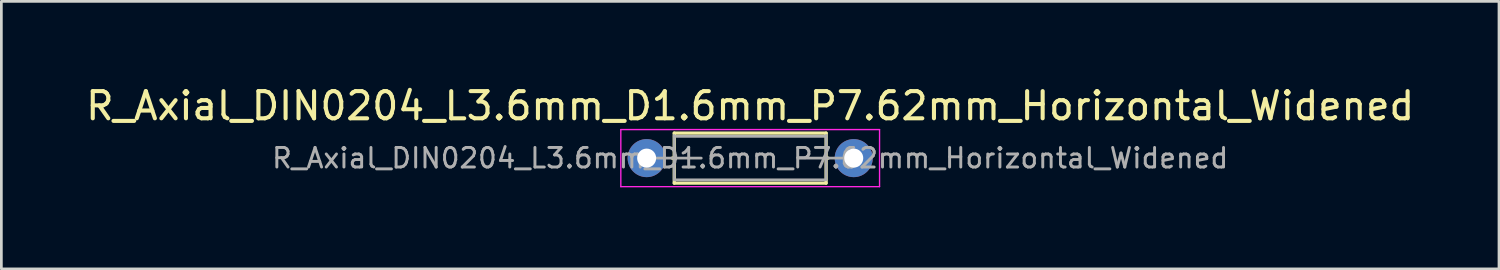
<source format=kicad_pcb>
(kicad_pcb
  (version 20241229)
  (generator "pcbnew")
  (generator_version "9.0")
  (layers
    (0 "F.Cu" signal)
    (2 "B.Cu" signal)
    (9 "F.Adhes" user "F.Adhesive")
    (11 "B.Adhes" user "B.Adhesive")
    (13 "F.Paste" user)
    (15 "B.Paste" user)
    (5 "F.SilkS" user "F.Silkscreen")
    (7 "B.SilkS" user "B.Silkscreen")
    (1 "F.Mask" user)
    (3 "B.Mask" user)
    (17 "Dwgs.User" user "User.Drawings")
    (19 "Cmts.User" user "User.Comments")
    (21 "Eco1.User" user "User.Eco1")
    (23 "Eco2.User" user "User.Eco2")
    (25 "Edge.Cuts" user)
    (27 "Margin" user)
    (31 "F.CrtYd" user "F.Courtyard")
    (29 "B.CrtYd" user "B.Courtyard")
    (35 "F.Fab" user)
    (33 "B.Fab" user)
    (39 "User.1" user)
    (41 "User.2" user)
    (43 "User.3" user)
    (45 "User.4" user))
  (footprint "R_Axial_DIN0204_L3.6mm_D1.6mm_P7.62mm_Horizontal_Widened"
    (layer "F.Cu")
    (at 20.744 2.768)
    (property "Reference" "R_Axial_DIN0204_L3.6mm_D1.6mm_P7.62mm_Horizontal_Widened" (at 3.81 -1.92 0) (layer "F.SilkS") (effects (font (size 1 1) (thickness 0.15))))
    (attr through_hole)
    (fp_line (start 0.94 0) (end 1.016 0) (stroke (width 0.12) (type solid)) (layer "F.SilkS"))
    (fp_line (start 1.016 -0.92) (end 1.016 0.92) (stroke (width 0.12) (type solid)) (layer "F.SilkS"))
    (fp_line (start 1.016 0.92) (end 6.604 0.92) (stroke (width 0.12) (type solid)) (layer "F.SilkS"))
    (fp_line (start 6.604 -0.92) (end 1.016 -0.92) (stroke (width 0.12) (type solid)) (layer "F.SilkS"))
    (fp_line (start 6.604 0.92) (end 6.604 -0.92) (stroke (width 0.12) (type solid)) (layer "F.SilkS"))
    (fp_line (start 6.68 0) (end 6.604 0) (stroke (width 0.12) (type solid)) (layer "F.SilkS"))
    (fp_line (start -0.95 -1.05) (end -0.95 1.05) (stroke (width 0.05) (type solid)) (layer "F.CrtYd"))
    (fp_line (start -0.95 1.05) (end 8.57 1.05) (stroke (width 0.05) (type solid)) (layer "F.CrtYd"))
    (fp_line (start 8.57 -1.05) (end -0.95 -1.05) (stroke (width 0.05) (type solid)) (layer "F.CrtYd"))
    (fp_line (start 8.57 1.05) (end 8.57 -1.05) (stroke (width 0.05) (type solid)) (layer "F.CrtYd"))
    (fp_line (start 0 0) (end 2.01 0) (stroke (width 0.1) (type solid)) (layer "F.Fab"))
    (fp_line (start 1.016 -0.838) (end 1.016 0.762) (stroke (width 0.1) (type solid)) (layer "F.Fab"))
    (fp_line (start 1.016 0.8) (end 6.604 0.8) (stroke (width 0.1) (type solid)) (layer "F.Fab"))
    (fp_line (start 6.604 -0.8) (end 1.016 -0.8) (stroke (width 0.1) (type solid)) (layer "F.Fab"))
    (fp_line (start 6.604 0.762) (end 6.604 -0.838) (stroke (width 0.1) (type solid)) (layer "F.Fab"))
    (fp_line (start 7.62 0) (end 5.61 0) (stroke (width 0.1) (type solid)) (layer "F.Fab"))
    (fp_text user "${REFERENCE}" (at 3.81 0 0) (layer "F.Fab") (effects (font (size 0.72 0.72) (thickness 0.108))))
    (pad "1" thru_hole circle (at 0 0) (size 1.4 1.4) (drill 0.7) (layers "*.Cu" "*.Mask"))
    (pad "2" thru_hole oval (at 7.62 0) (size 1.4 1.4) (drill 0.7) (layers "*.Cu" "*.Mask")))
  (gr_rect
    (start -3 -3)
    (end 52.107 6.843)
    (stroke (width 0.1) (type default))
    (fill no)
    (layer "Edge.Cuts")))
</source>
